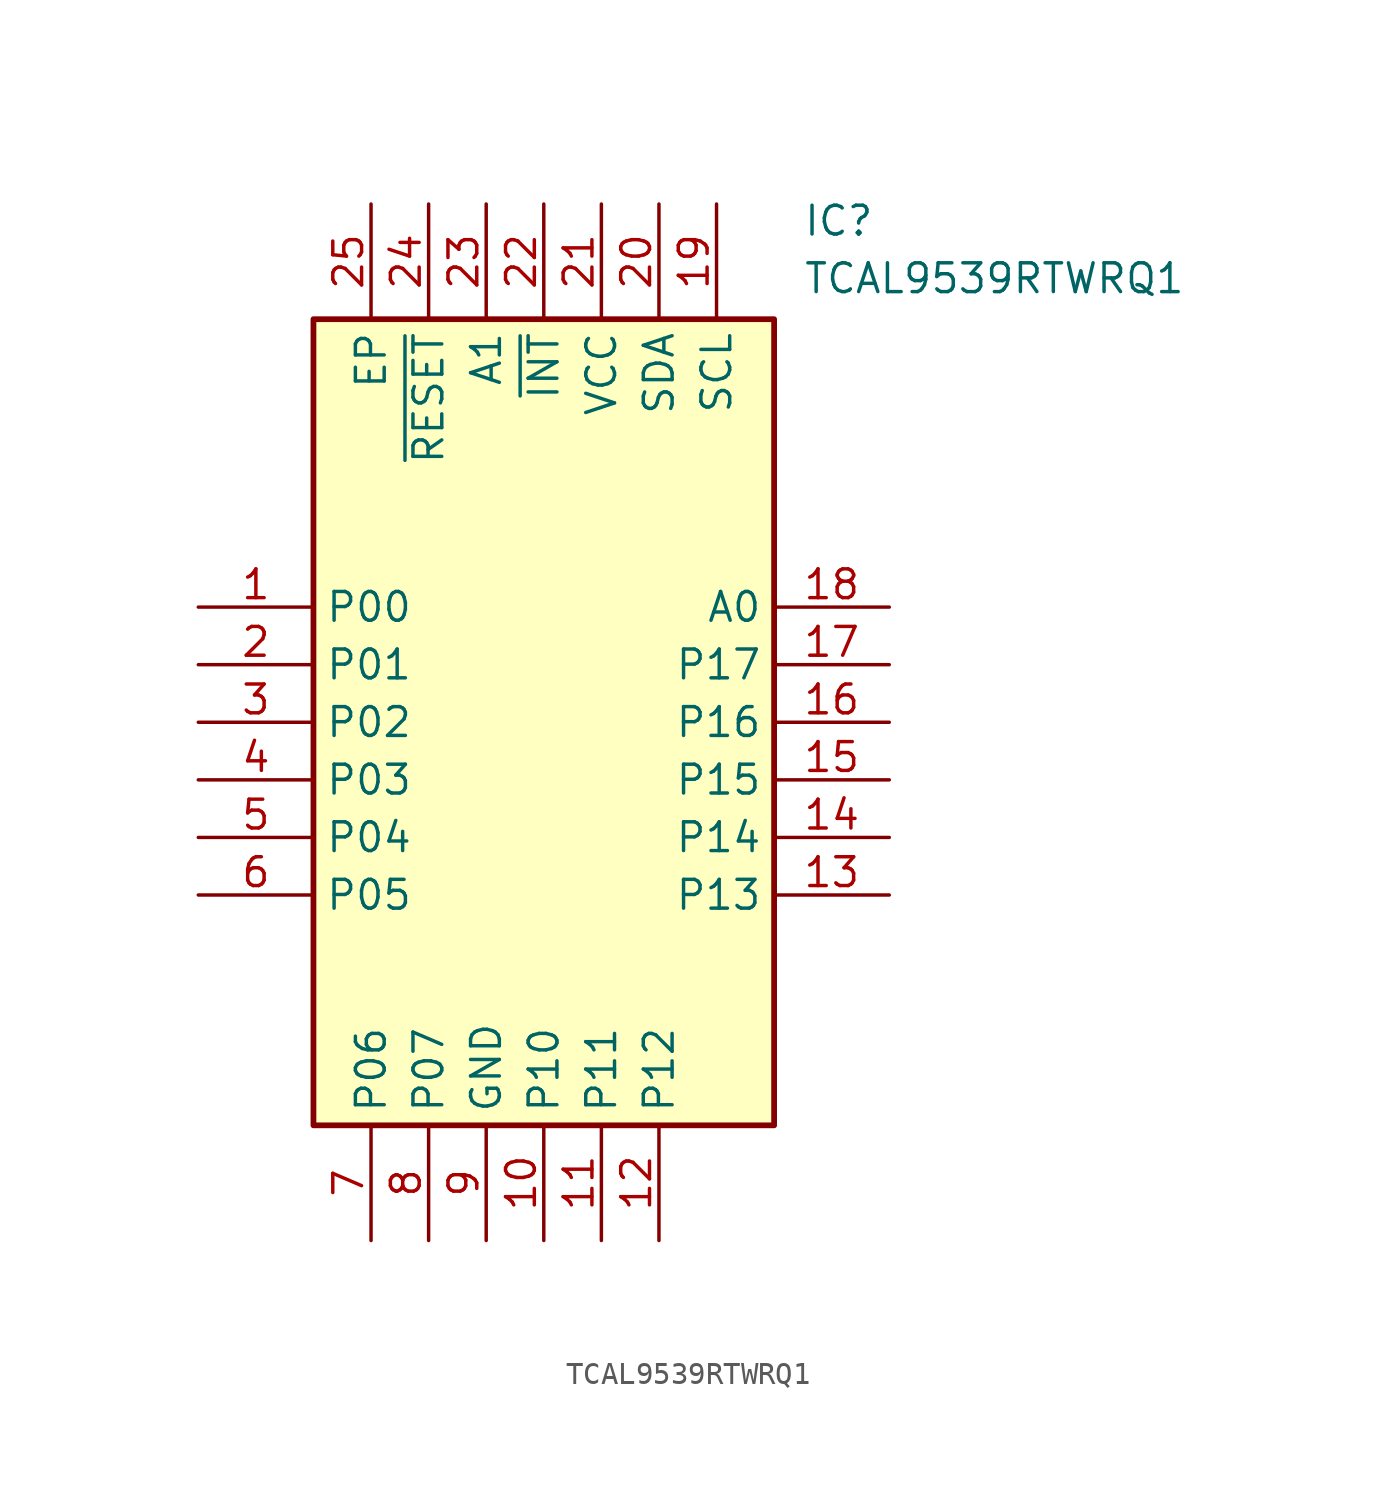
<source format=kicad_sym>
(kicad_symbol_lib
  (version 20211014)
  (generator SamacSys_ECAD_Model)
  (symbol "TCAL9539RTWRQ1"
    (property "Reference" "IC"
      (at 26.67 17.78 0)
      (effects (font (size 1.27 1.27)) (justify left top)))
    (property "Value" "TCAL9539RTWRQ1"
      (at 26.67 15.24 0)
      (effects (font (size 1.27 1.27)) (justify left top)))
    (rectangle
      (start 5.08 12.7)
      (end 25.4 -22.86)
      (stroke (width 0.254) (type default))
      (fill (type background)))
    (pin passive line
      (at 0 0 0)
      (length 5.08)
      (name "P00" (effects (font (size 1.27 1.27))))
      (number "1" (effects (font (size 1.27 1.27)))))
    (pin passive line
      (at 0 -2.54 0)
      (length 5.08)
      (name "P01" (effects (font (size 1.27 1.27))))
      (number "2" (effects (font (size 1.27 1.27)))))
    (pin passive line
      (at 0 -5.08 0)
      (length 5.08)
      (name "P02" (effects (font (size 1.27 1.27))))
      (number "3" (effects (font (size 1.27 1.27)))))
    (pin passive line
      (at 0 -7.62 0)
      (length 5.08)
      (name "P03" (effects (font (size 1.27 1.27))))
      (number "4" (effects (font (size 1.27 1.27)))))
    (pin passive line
      (at 0 -10.16 0)
      (length 5.08)
      (name "P04" (effects (font (size 1.27 1.27))))
      (number "5" (effects (font (size 1.27 1.27)))))
    (pin passive line
      (at 0 -12.7 0)
      (length 5.08)
      (name "P05" (effects (font (size 1.27 1.27))))
      (number "6" (effects (font (size 1.27 1.27)))))
    (pin passive line
      (at 7.62 -27.94 90)
      (length 5.08)
      (name "P06" (effects (font (size 1.27 1.27))))
      (number "7" (effects (font (size 1.27 1.27)))))
    (pin passive line
      (at 10.16 -27.94 90)
      (length 5.08)
      (name "P07" (effects (font (size 1.27 1.27))))
      (number "8" (effects (font (size 1.27 1.27)))))
    (pin passive line
      (at 12.7 -27.94 90)
      (length 5.08)
      (name "GND" (effects (font (size 1.27 1.27))))
      (number "9" (effects (font (size 1.27 1.27)))))
    (pin passive line
      (at 15.24 -27.94 90)
      (length 5.08)
      (name "P10" (effects (font (size 1.27 1.27))))
      (number "10" (effects (font (size 1.27 1.27)))))
    (pin passive line
      (at 17.78 -27.94 90)
      (length 5.08)
      (name "P11" (effects (font (size 1.27 1.27))))
      (number "11" (effects (font (size 1.27 1.27)))))
    (pin passive line
      (at 20.32 -27.94 90)
      (length 5.08)
      (name "P12" (effects (font (size 1.27 1.27))))
      (number "12" (effects (font (size 1.27 1.27)))))
    (pin passive line
      (at 30.48 0 180)
      (length 5.08)
      (name "A0" (effects (font (size 1.27 1.27))))
      (number "18" (effects (font (size 1.27 1.27)))))
    (pin passive line
      (at 30.48 -2.54 180)
      (length 5.08)
      (name "P17" (effects (font (size 1.27 1.27))))
      (number "17" (effects (font (size 1.27 1.27)))))
    (pin passive line
      (at 30.48 -5.08 180)
      (length 5.08)
      (name "P16" (effects (font (size 1.27 1.27))))
      (number "16" (effects (font (size 1.27 1.27)))))
    (pin passive line
      (at 30.48 -7.62 180)
      (length 5.08)
      (name "P15" (effects (font (size 1.27 1.27))))
      (number "15" (effects (font (size 1.27 1.27)))))
    (pin passive line
      (at 30.48 -10.16 180)
      (length 5.08)
      (name "P14" (effects (font (size 1.27 1.27))))
      (number "14" (effects (font (size 1.27 1.27)))))
    (pin passive line
      (at 30.48 -12.7 180)
      (length 5.08)
      (name "P13" (effects (font (size 1.27 1.27))))
      (number "13" (effects (font (size 1.27 1.27)))))
    (pin passive line
      (at 7.62 17.78 270)
      (length 5.08)
      (name "EP" (effects (font (size 1.27 1.27))))
      (number "25" (effects (font (size 1.27 1.27)))))
    (pin passive line
      (at 10.16 17.78 270)
      (length 5.08)
      (name "~{RESET}" (effects (font (size 1.27 1.27))))
      (number "24" (effects (font (size 1.27 1.27)))))
    (pin passive line
      (at 12.7 17.78 270)
      (length 5.08)
      (name "A1" (effects (font (size 1.27 1.27))))
      (number "23" (effects (font (size 1.27 1.27)))))
    (pin passive line
      (at 15.24 17.78 270)
      (length 5.08)
      (name "~{INT}" (effects (font (size 1.27 1.27))))
      (number "22" (effects (font (size 1.27 1.27)))))
    (pin passive line
      (at 17.78 17.78 270)
      (length 5.08)
      (name "VCC" (effects (font (size 1.27 1.27))))
      (number "21" (effects (font (size 1.27 1.27)))))
    (pin passive line
      (at 20.32 17.78 270)
      (length 5.08)
      (name "SDA" (effects (font (size 1.27 1.27))))
      (number "20" (effects (font (size 1.27 1.27)))))
    (pin passive line
      (at 22.86 17.78 270)
      (length 5.08)
      (name "SCL" (effects (font (size 1.27 1.27))))
      (number "19" (effects (font (size 1.27 1.27)))))))
</source>
